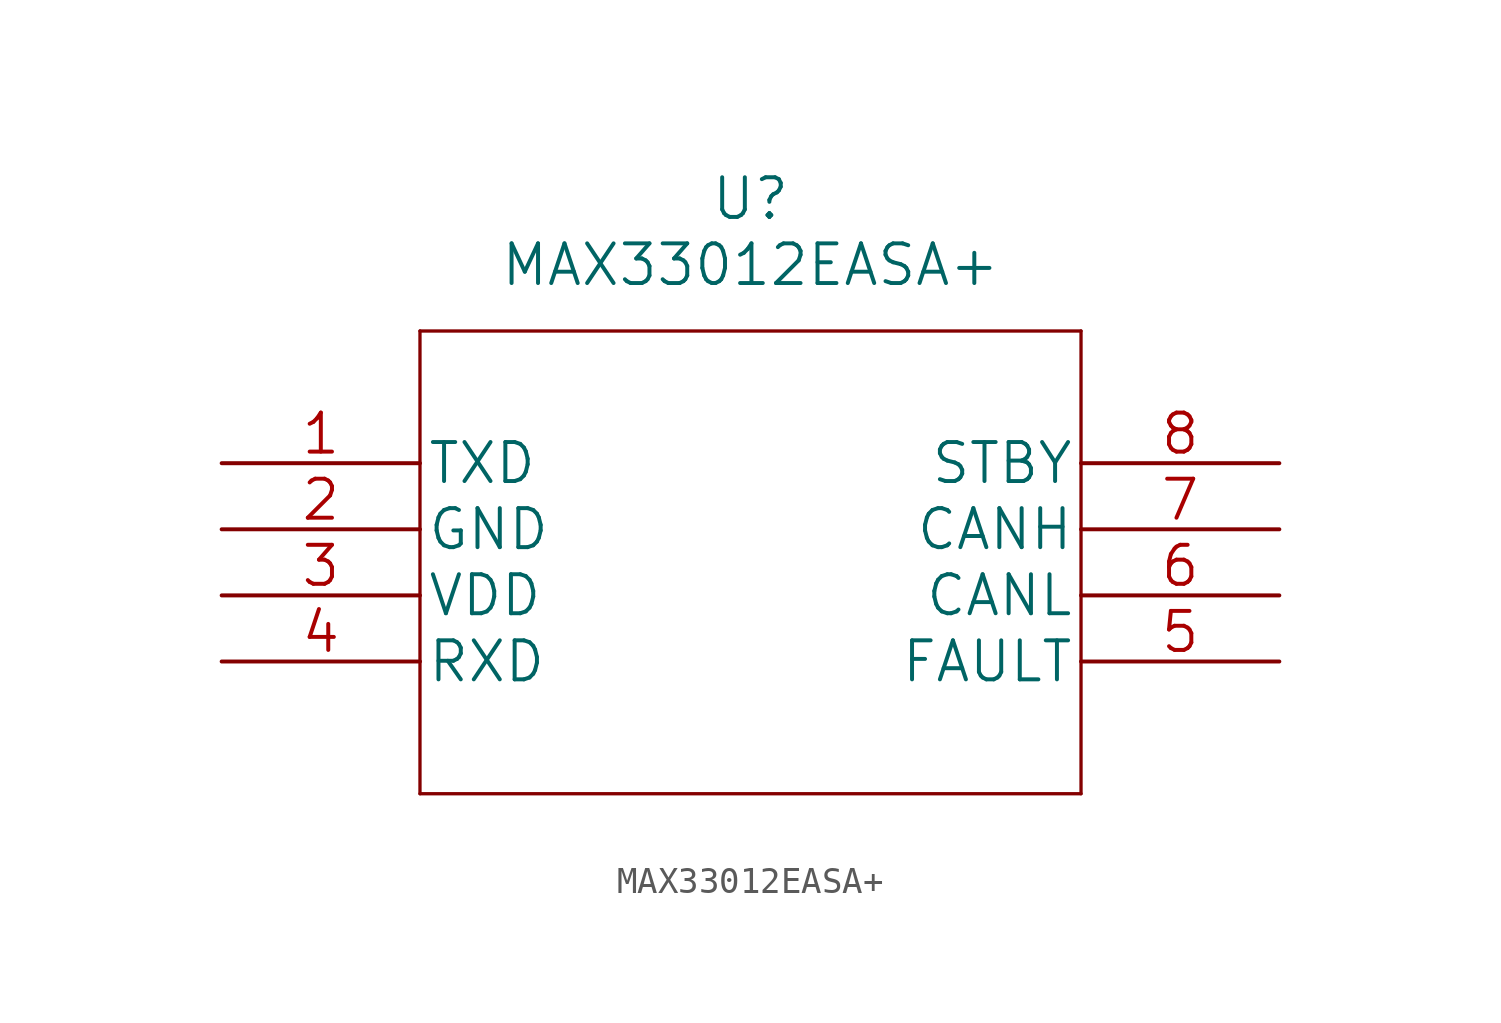
<source format=kicad_sym>
(kicad_symbol_lib
  (version 20210619)
  (generator kicad_symbol_editor)
  (symbol "MAX33012EASA+"
    (pin_names
      (offset 0.254))
    (property "Reference" "U"
      (at 20.32 10.16 0)
      (effects (font (size 1.524 1.524))))
    (property "Value" "MAX33012EASA+"
      (at 20.32 7.62 0)
      (effects (font (size 1.524 1.524))))
    (property "Datasheet" ""
      (at 0 0 0)
      (effects (font (size 1.524 1.524))))
    (property "ki_locked" ""
      (at 0 0 0)
      (effects (font (size 1.27 1.27))))
    (symbol "MAX33012EASA+_1_1"
      (polyline (pts (xy 7.62 -12.7) (xy 33.02 -12.7)) (stroke (width 0.127)) (fill (type none)))
      (polyline (pts (xy 7.62 5.08) (xy 7.62 -12.7)) (stroke (width 0.127)) (fill (type none)))
      (polyline (pts (xy 33.02 -12.7) (xy 33.02 5.08)) (stroke (width 0.127)) (fill (type none)))
      (polyline (pts (xy 33.02 5.08) (xy 7.62 5.08)) (stroke (width 0.127)) (fill (type none)))
      (pin input line (at 0 0 0) (length 7.62) (name "TXD" (effects (font (size 1.499 1.499)))) (number "1" (effects (font (size 1.499 1.499)))))
      (pin power_in line (at 0 -2.54 0) (length 7.62) (name "GND" (effects (font (size 1.499 1.499)))) (number "2" (effects (font (size 1.499 1.499)))))
      (pin power_in line (at 0 -5.08 0) (length 7.62) (name "VDD" (effects (font (size 1.499 1.499)))) (number "3" (effects (font (size 1.499 1.499)))))
      (pin output line (at 0 -7.62 0) (length 7.62) (name "RXD" (effects (font (size 1.499 1.499)))) (number "4" (effects (font (size 1.499 1.499)))))
      (pin unspecified line (at 40.64 -7.62 180) (length 7.62) (name "FAULT" (effects (font (size 1.499 1.499)))) (number "5" (effects (font (size 1.499 1.499)))))
      (pin unspecified line (at 40.64 -5.08 180) (length 7.62) (name "CANL" (effects (font (size 1.499 1.499)))) (number "6" (effects (font (size 1.499 1.499)))))
      (pin unspecified line (at 40.64 -2.54 180) (length 7.62) (name "CANH" (effects (font (size 1.499 1.499)))) (number "7" (effects (font (size 1.499 1.499)))))
      (pin input line (at 40.64 0 180) (length 7.62) (name "STBY" (effects (font (size 1.499 1.499)))) (number "8" (effects (font (size 1.499 1.499))))))))
</source>
